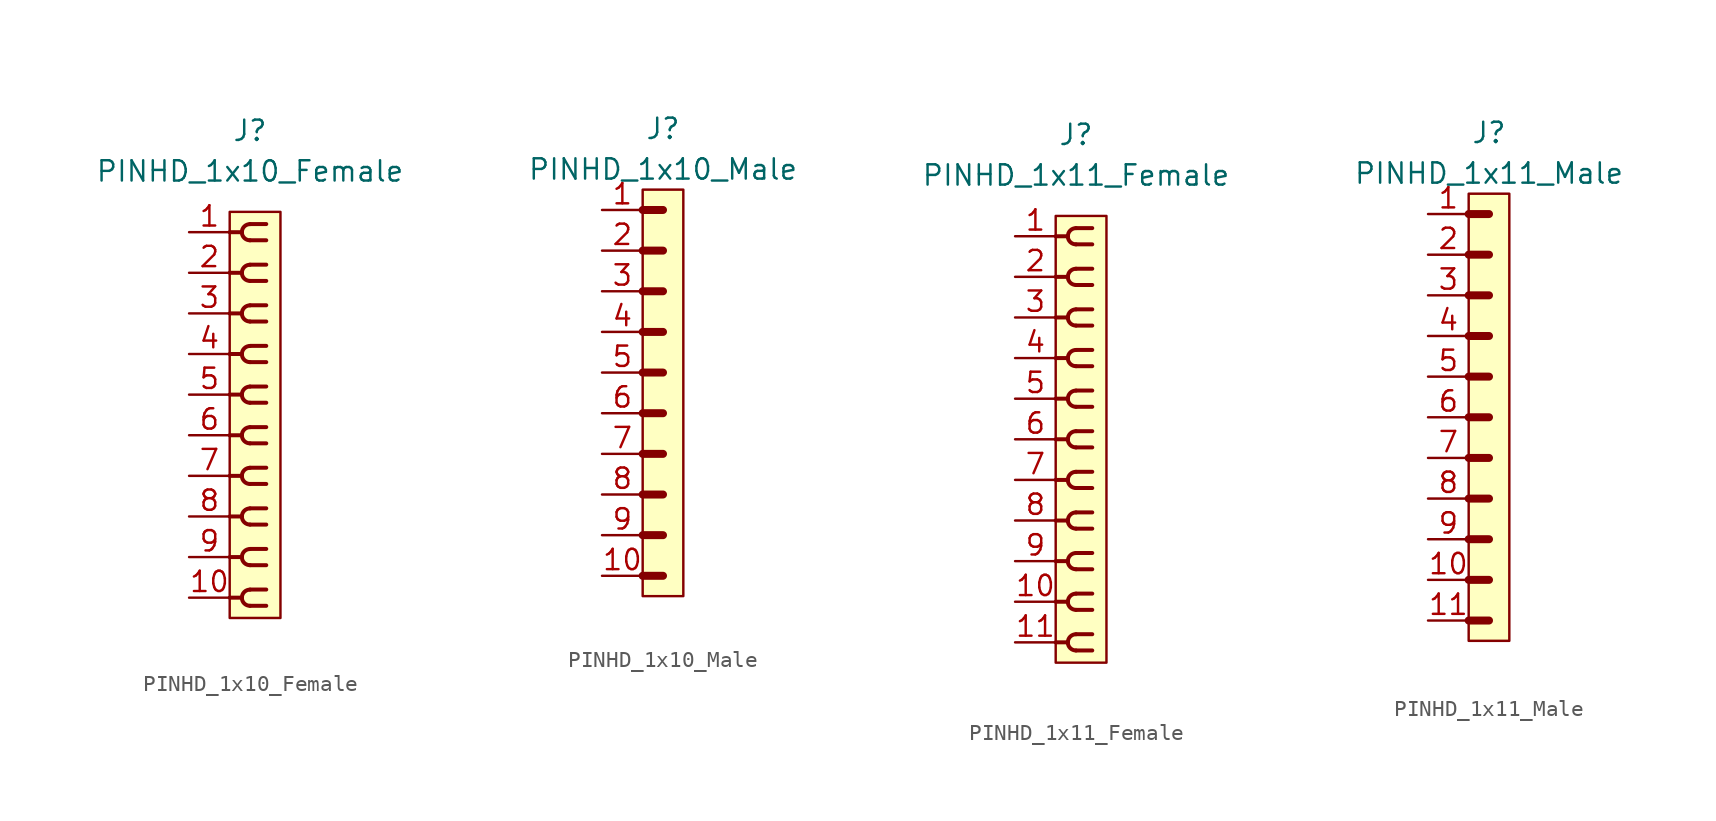
<source format=kicad_sym>
(kicad_symbol_lib
  (version 20220914)
  (generator kicad_symbol_editor)
  (symbol "PINHD_1x10_Female"
    (property "Reference" "J"
      (at 0 17.78 0)
      (effects (font (size 1.27 1.27))))
    (property "Value" "PINHD_1x10_Female"
      (at 0 15.24 0)
      (effects (font (size 1.27 1.27))))
    (symbol "PINHD_1x10_Female_0_1"
      (rectangle (start -1.27 12.7) (end 1.905 -12.7) (stroke (width 0) (type default)) (fill (type background)))
      (arc (start -0.508 -11.43) (mid -0.3592 -11.7892) (end 0 -11.938) (stroke (width 0.25) (type default)) (fill (type none)))
      (arc (start -0.508 -8.89) (mid -0.3592 -9.2492) (end 0 -9.398) (stroke (width 0.25) (type default)) (fill (type none)))
      (arc (start -0.508 -6.35) (mid -0.3592 -6.7092) (end 0 -6.858) (stroke (width 0.25) (type default)) (fill (type none)))
      (arc (start -0.508 -3.81) (mid -0.3592 -4.1692) (end 0 -4.318) (stroke (width 0.25) (type default)) (fill (type none)))
      (arc (start -0.508 -1.27) (mid -0.3592 -1.6292) (end 0 -1.778) (stroke (width 0.25) (type default)) (fill (type none)))
      (arc (start -0.508 1.27) (mid -0.3592 0.9108) (end 0 0.762) (stroke (width 0.25) (type default)) (fill (type none)))
      (arc (start -0.508 3.81) (mid -0.3592 3.4508) (end 0 3.302) (stroke (width 0.25) (type default)) (fill (type none)))
      (arc (start -0.508 6.35) (mid -0.3592 5.9908) (end 0 5.842) (stroke (width 0.25) (type default)) (fill (type none)))
      (arc (start -0.508 8.89) (mid -0.3592 8.5308) (end 0 8.382) (stroke (width 0.25) (type default)) (fill (type none)))
      (arc (start -0.508 11.43) (mid -0.3592 11.0708) (end 0 10.922) (stroke (width 0.25) (type default)) (fill (type none)))
      (arc (start 0 -10.922) (mid -0.3592 -11.0708) (end -0.508 -11.43) (stroke (width 0.25) (type default)) (fill (type none)))
      (arc (start 0 -8.382) (mid -0.3592 -8.5308) (end -0.508 -8.89) (stroke (width 0.25) (type default)) (fill (type none)))
      (arc (start 0 -5.842) (mid -0.3592 -5.9908) (end -0.508 -6.35) (stroke (width 0.25) (type default)) (fill (type none)))
      (arc (start 0 -3.302) (mid -0.3592 -3.4508) (end -0.508 -3.81) (stroke (width 0.25) (type default)) (fill (type none)))
      (arc (start 0 -0.762) (mid -0.3592 -0.9108) (end -0.508 -1.27) (stroke (width 0.25) (type default)) (fill (type none)))
      (polyline (pts (xy -1.27 -11.43) (xy -0.508 -11.43)) (stroke (width 0.25) (type default)) (fill (type none)))
      (polyline (pts (xy -1.27 -8.89) (xy -0.508 -8.89)) (stroke (width 0.25) (type default)) (fill (type none)))
      (polyline (pts (xy -1.27 -6.35) (xy -0.508 -6.35)) (stroke (width 0.25) (type default)) (fill (type none)))
      (polyline (pts (xy -1.27 -3.81) (xy -0.508 -3.81)) (stroke (width 0.25) (type default)) (fill (type none)))
      (polyline (pts (xy -1.27 -1.27) (xy -0.508 -1.27)) (stroke (width 0.25) (type default)) (fill (type none)))
      (polyline (pts (xy -1.27 1.27) (xy -0.508 1.27)) (stroke (width 0.25) (type default)) (fill (type none)))
      (polyline (pts (xy -1.27 3.81) (xy -0.508 3.81)) (stroke (width 0.25) (type default)) (fill (type none)))
      (polyline (pts (xy -1.27 6.35) (xy -0.508 6.35)) (stroke (width 0.25) (type default)) (fill (type none)))
      (polyline (pts (xy -1.27 8.89) (xy -0.508 8.89)) (stroke (width 0.25) (type default)) (fill (type none)))
      (polyline (pts (xy -1.27 11.43) (xy -0.508 11.43)) (stroke (width 0.25) (type default)) (fill (type none)))
      (polyline (pts (xy 0 -11.938) (xy 1.016 -11.938)) (stroke (width 0.25) (type default)) (fill (type none)))
      (polyline (pts (xy 0 -10.922) (xy 1.016 -10.922)) (stroke (width 0.25) (type default)) (fill (type none)))
      (polyline (pts (xy 0 -9.398) (xy 1.016 -9.398)) (stroke (width 0.25) (type default)) (fill (type none)))
      (polyline (pts (xy 0 -8.382) (xy 1.016 -8.382)) (stroke (width 0.25) (type default)) (fill (type none)))
      (polyline (pts (xy 0 -6.858) (xy 1.016 -6.858)) (stroke (width 0.25) (type default)) (fill (type none)))
      (polyline (pts (xy 0 -5.842) (xy 1.016 -5.842)) (stroke (width 0.25) (type default)) (fill (type none)))
      (polyline (pts (xy 0 -4.318) (xy 1.016 -4.318)) (stroke (width 0.25) (type default)) (fill (type none)))
      (polyline (pts (xy 0 -3.302) (xy 1.016 -3.302)) (stroke (width 0.25) (type default)) (fill (type none)))
      (polyline (pts (xy 0 -1.778) (xy 1.016 -1.778)) (stroke (width 0.25) (type default)) (fill (type none)))
      (polyline (pts (xy 0 -0.762) (xy 1.016 -0.762)) (stroke (width 0.25) (type default)) (fill (type none)))
      (polyline (pts (xy 0 0.762) (xy 1.016 0.762)) (stroke (width 0.25) (type default)) (fill (type none)))
      (polyline (pts (xy 0 1.778) (xy 1.016 1.778)) (stroke (width 0.25) (type default)) (fill (type none)))
      (polyline (pts (xy 0 3.302) (xy 1.016 3.302)) (stroke (width 0.25) (type default)) (fill (type none)))
      (polyline (pts (xy 0 4.318) (xy 1.016 4.318)) (stroke (width 0.25) (type default)) (fill (type none)))
      (polyline (pts (xy 0 5.842) (xy 1.016 5.842)) (stroke (width 0.25) (type default)) (fill (type none)))
      (polyline (pts (xy 0 6.858) (xy 1.016 6.858)) (stroke (width 0.25) (type default)) (fill (type none)))
      (polyline (pts (xy 0 8.382) (xy 1.016 8.382)) (stroke (width 0.25) (type default)) (fill (type none)))
      (polyline (pts (xy 0 9.398) (xy 1.016 9.398)) (stroke (width 0.25) (type default)) (fill (type none)))
      (polyline (pts (xy 0 10.922) (xy 1.016 10.922)) (stroke (width 0.25) (type default)) (fill (type none)))
      (polyline (pts (xy 0 11.938) (xy 1.016 11.938)) (stroke (width 0.25) (type default)) (fill (type none)))
      (arc (start 0 1.778) (mid -0.3592 1.6292) (end -0.508 1.27) (stroke (width 0.25) (type default)) (fill (type none)))
      (arc (start 0 4.318) (mid -0.3592 4.1692) (end -0.508 3.81) (stroke (width 0.25) (type default)) (fill (type none)))
      (arc (start 0 6.858) (mid -0.3592 6.7092) (end -0.508 6.35) (stroke (width 0.25) (type default)) (fill (type none)))
      (arc (start 0 9.398) (mid -0.3592 9.2492) (end -0.508 8.89) (stroke (width 0.25) (type default)) (fill (type none)))
      (arc (start 0 11.938) (mid -0.3592 11.7892) (end -0.508 11.43) (stroke (width 0.25) (type default)) (fill (type none))))
    (symbol "PINHD_1x10_Female_1_1"
      (pin passive line (at -3.81 11.43 0) (length 2.54) (name "" (effects (font (size 1.27 1.27)))) (number "1" (effects (font (size 1.27 1.27)))))
      (pin passive line (at -3.81 -11.43 0) (length 2.54) (name "" (effects (font (size 1.27 1.27)))) (number "10" (effects (font (size 1.27 1.27)))))
      (pin passive line (at -3.81 8.89 0) (length 2.54) (name "" (effects (font (size 1.27 1.27)))) (number "2" (effects (font (size 1.27 1.27)))))
      (pin passive line (at -3.81 6.35 0) (length 2.54) (name "" (effects (font (size 1.27 1.27)))) (number "3" (effects (font (size 1.27 1.27)))))
      (pin passive line (at -3.81 3.81 0) (length 2.54) (name "" (effects (font (size 1.27 1.27)))) (number "4" (effects (font (size 1.27 1.27)))))
      (pin passive line (at -3.81 1.27 0) (length 2.54) (name "" (effects (font (size 1.27 1.27)))) (number "5" (effects (font (size 1.27 1.27)))))
      (pin passive line (at -3.81 -1.27 0) (length 2.54) (name "" (effects (font (size 1.27 1.27)))) (number "6" (effects (font (size 1.27 1.27)))))
      (pin passive line (at -3.81 -3.81 0) (length 2.54) (name "" (effects (font (size 1.27 1.27)))) (number "7" (effects (font (size 1.27 1.27)))))
      (pin passive line (at -3.81 -6.35 0) (length 2.54) (name "" (effects (font (size 1.27 1.27)))) (number "8" (effects (font (size 1.27 1.27)))))
      (pin passive line (at -3.81 -8.89 0) (length 2.54) (name "" (effects (font (size 1.27 1.27)))) (number "9" (effects (font (size 1.27 1.27)))))))
  (symbol "PINHD_1x10_Male"
    (property "Reference" "J"
      (at 0 16.51 0)
      (effects (font (size 1.27 1.27))))
    (property "Value" "PINHD_1x10_Male"
      (at 0 13.97 0)
      (effects (font (size 1.27 1.27))))
    (symbol "PINHD_1x10_Male_0_1"
      (rectangle (start -1.27 12.7) (end 1.27 -12.7) (stroke (width 0) (type default)) (fill (type background)))
      (polyline (pts (xy -1.27 -11.43) (xy 0 -11.43)) (stroke (width 0.3) (type default)) (fill (type none)))
      (polyline (pts (xy -1.27 -11.43) (xy 0 -11.43)) (stroke (width 0.5) (type default)) (fill (type none)))
      (polyline (pts (xy -1.27 -8.89) (xy 0 -8.89)) (stroke (width 0.3) (type default)) (fill (type none)))
      (polyline (pts (xy -1.27 -8.89) (xy 0 -8.89)) (stroke (width 0.5) (type default)) (fill (type none)))
      (polyline (pts (xy -1.27 -6.35) (xy 0 -6.35)) (stroke (width 0.3) (type default)) (fill (type none)))
      (polyline (pts (xy -1.27 -6.35) (xy 0 -6.35)) (stroke (width 0.5) (type default)) (fill (type none)))
      (polyline (pts (xy -1.27 -3.81) (xy 0 -3.81)) (stroke (width 0.3) (type default)) (fill (type none)))
      (polyline (pts (xy -1.27 -3.81) (xy 0 -3.81)) (stroke (width 0.5) (type default)) (fill (type none)))
      (polyline (pts (xy -1.27 -1.27) (xy 0 -1.27)) (stroke (width 0.3) (type default)) (fill (type none)))
      (polyline (pts (xy -1.27 -1.27) (xy 0 -1.27)) (stroke (width 0.5) (type default)) (fill (type none)))
      (polyline (pts (xy -1.27 1.27) (xy 0 1.27)) (stroke (width 0.3) (type default)) (fill (type none)))
      (polyline (pts (xy -1.27 1.27) (xy 0 1.27)) (stroke (width 0.5) (type default)) (fill (type none)))
      (polyline (pts (xy -1.27 3.81) (xy 0 3.81)) (stroke (width 0.3) (type default)) (fill (type none)))
      (polyline (pts (xy -1.27 3.81) (xy 0 3.81)) (stroke (width 0.5) (type default)) (fill (type none)))
      (polyline (pts (xy -1.27 6.35) (xy 0 6.35)) (stroke (width 0.3) (type default)) (fill (type none)))
      (polyline (pts (xy -1.27 6.35) (xy 0 6.35)) (stroke (width 0.5) (type default)) (fill (type none)))
      (polyline (pts (xy -1.27 8.89) (xy 0 8.89)) (stroke (width 0.3) (type default)) (fill (type none)))
      (polyline (pts (xy -1.27 8.89) (xy 0 8.89)) (stroke (width 0.5) (type default)) (fill (type none)))
      (polyline (pts (xy -1.27 11.43) (xy 0 11.43)) (stroke (width 0.5) (type default)) (fill (type none))))
    (symbol "PINHD_1x10_Male_1_1"
      (pin passive line (at -3.81 11.43 0) (length 2.54) (name "" (effects (font (size 1.27 1.27)))) (number "1" (effects (font (size 1.27 1.27)))))
      (pin passive line (at -3.81 -11.43 0) (length 2.54) (name "" (effects (font (size 1.27 1.27)))) (number "10" (effects (font (size 1.27 1.27)))))
      (pin passive line (at -3.81 8.89 0) (length 2.54) (name "" (effects (font (size 1.27 1.27)))) (number "2" (effects (font (size 1.27 1.27)))))
      (pin passive line (at -3.81 6.35 0) (length 2.54) (name "" (effects (font (size 1.27 1.27)))) (number "3" (effects (font (size 1.27 1.27)))))
      (pin passive line (at -3.81 3.81 0) (length 2.54) (name "" (effects (font (size 1.27 1.27)))) (number "4" (effects (font (size 1.27 1.27)))))
      (pin passive line (at -3.81 1.27 0) (length 2.54) (name "" (effects (font (size 1.27 1.27)))) (number "5" (effects (font (size 1.27 1.27)))))
      (pin passive line (at -3.81 -1.27 0) (length 2.54) (name "" (effects (font (size 1.27 1.27)))) (number "6" (effects (font (size 1.27 1.27)))))
      (pin passive line (at -3.81 -3.81 0) (length 2.54) (name "" (effects (font (size 1.27 1.27)))) (number "7" (effects (font (size 1.27 1.27)))))
      (pin passive line (at -3.81 -6.35 0) (length 2.54) (name "" (effects (font (size 1.27 1.27)))) (number "8" (effects (font (size 1.27 1.27)))))
      (pin passive line (at -3.81 -8.89 0) (length 2.54) (name "" (effects (font (size 1.27 1.27)))) (number "9" (effects (font (size 1.27 1.27)))))))
  (symbol "PINHD_1x11_Female"
    (property "Reference" "J"
      (at 0 19.05 0)
      (effects (font (size 1.27 1.27))))
    (property "Value" "PINHD_1x11_Female"
      (at 0 16.51 0)
      (effects (font (size 1.27 1.27))))
    (symbol "PINHD_1x11_Female_0_1"
      (rectangle (start -1.27 13.97) (end 1.905 -13.97) (stroke (width 0) (type default)) (fill (type background)))
      (arc (start -0.508 -12.7) (mid -0.3592 -13.0592) (end 0 -13.208) (stroke (width 0.25) (type default)) (fill (type none)))
      (arc (start -0.508 -10.16) (mid -0.3592 -10.5192) (end 0 -10.668) (stroke (width 0.25) (type default)) (fill (type none)))
      (arc (start -0.508 -7.62) (mid -0.3592 -7.9792) (end 0 -8.128) (stroke (width 0.25) (type default)) (fill (type none)))
      (arc (start -0.508 -5.08) (mid -0.3592 -5.4392) (end 0 -5.588) (stroke (width 0.25) (type default)) (fill (type none)))
      (arc (start -0.508 -2.54) (mid -0.3592 -2.8992) (end 0 -3.048) (stroke (width 0.25) (type default)) (fill (type none)))
      (arc (start -0.508 0) (mid -0.3592 -0.3592) (end 0 -0.508) (stroke (width 0.25) (type default)) (fill (type none)))
      (arc (start -0.508 2.54) (mid -0.3592 2.1808) (end 0 2.032) (stroke (width 0.25) (type default)) (fill (type none)))
      (arc (start -0.508 5.08) (mid -0.3592 4.7208) (end 0 4.572) (stroke (width 0.25) (type default)) (fill (type none)))
      (arc (start -0.508 7.62) (mid -0.3592 7.2608) (end 0 7.112) (stroke (width 0.25) (type default)) (fill (type none)))
      (arc (start -0.508 10.16) (mid -0.3592 9.8008) (end 0 9.652) (stroke (width 0.25) (type default)) (fill (type none)))
      (arc (start -0.508 12.7) (mid -0.3592 12.3408) (end 0 12.192) (stroke (width 0.25) (type default)) (fill (type none)))
      (arc (start 0 -12.192) (mid -0.3592 -12.3408) (end -0.508 -12.7) (stroke (width 0.25) (type default)) (fill (type none)))
      (arc (start 0 -9.652) (mid -0.3592 -9.8008) (end -0.508 -10.16) (stroke (width 0.25) (type default)) (fill (type none)))
      (arc (start 0 -7.112) (mid -0.3592 -7.2608) (end -0.508 -7.62) (stroke (width 0.25) (type default)) (fill (type none)))
      (arc (start 0 -4.572) (mid -0.3592 -4.7208) (end -0.508 -5.08) (stroke (width 0.25) (type default)) (fill (type none)))
      (arc (start 0 -2.032) (mid -0.3592 -2.1808) (end -0.508 -2.54) (stroke (width 0.25) (type default)) (fill (type none)))
      (polyline (pts (xy -1.27 -12.7) (xy -0.508 -12.7)) (stroke (width 0.25) (type default)) (fill (type none)))
      (polyline (pts (xy -1.27 -10.16) (xy -0.508 -10.16)) (stroke (width 0.25) (type default)) (fill (type none)))
      (polyline (pts (xy -1.27 -7.62) (xy -0.508 -7.62)) (stroke (width 0.25) (type default)) (fill (type none)))
      (polyline (pts (xy -1.27 -5.08) (xy -0.508 -5.08)) (stroke (width 0.25) (type default)) (fill (type none)))
      (polyline (pts (xy -1.27 -2.54) (xy -0.508 -2.54)) (stroke (width 0.25) (type default)) (fill (type none)))
      (polyline (pts (xy -1.27 0) (xy -0.508 0)) (stroke (width 0.25) (type default)) (fill (type none)))
      (polyline (pts (xy -1.27 2.54) (xy -0.508 2.54)) (stroke (width 0.25) (type default)) (fill (type none)))
      (polyline (pts (xy -1.27 5.08) (xy -0.508 5.08)) (stroke (width 0.25) (type default)) (fill (type none)))
      (polyline (pts (xy -1.27 7.62) (xy -0.508 7.62)) (stroke (width 0.25) (type default)) (fill (type none)))
      (polyline (pts (xy -1.27 10.16) (xy -0.508 10.16)) (stroke (width 0.25) (type default)) (fill (type none)))
      (polyline (pts (xy -1.27 12.7) (xy -0.508 12.7)) (stroke (width 0.25) (type default)) (fill (type none)))
      (polyline (pts (xy 0 -13.208) (xy 1.016 -13.208)) (stroke (width 0.25) (type default)) (fill (type none)))
      (polyline (pts (xy 0 -12.192) (xy 1.016 -12.192)) (stroke (width 0.25) (type default)) (fill (type none)))
      (polyline (pts (xy 0 -10.668) (xy 1.016 -10.668)) (stroke (width 0.25) (type default)) (fill (type none)))
      (polyline (pts (xy 0 -9.652) (xy 1.016 -9.652)) (stroke (width 0.25) (type default)) (fill (type none)))
      (polyline (pts (xy 0 -8.128) (xy 1.016 -8.128)) (stroke (width 0.25) (type default)) (fill (type none)))
      (polyline (pts (xy 0 -7.112) (xy 1.016 -7.112)) (stroke (width 0.25) (type default)) (fill (type none)))
      (polyline (pts (xy 0 -5.588) (xy 1.016 -5.588)) (stroke (width 0.25) (type default)) (fill (type none)))
      (polyline (pts (xy 0 -4.572) (xy 1.016 -4.572)) (stroke (width 0.25) (type default)) (fill (type none)))
      (polyline (pts (xy 0 -3.048) (xy 1.016 -3.048)) (stroke (width 0.25) (type default)) (fill (type none)))
      (polyline (pts (xy 0 -2.032) (xy 1.016 -2.032)) (stroke (width 0.25) (type default)) (fill (type none)))
      (polyline (pts (xy 0 -0.508) (xy 1.016 -0.508)) (stroke (width 0.25) (type default)) (fill (type none)))
      (polyline (pts (xy 0 0.508) (xy 1.016 0.508)) (stroke (width 0.25) (type default)) (fill (type none)))
      (polyline (pts (xy 0 2.032) (xy 1.016 2.032)) (stroke (width 0.25) (type default)) (fill (type none)))
      (polyline (pts (xy 0 3.048) (xy 1.016 3.048)) (stroke (width 0.25) (type default)) (fill (type none)))
      (polyline (pts (xy 0 4.572) (xy 1.016 4.572)) (stroke (width 0.25) (type default)) (fill (type none)))
      (polyline (pts (xy 0 5.588) (xy 1.016 5.588)) (stroke (width 0.25) (type default)) (fill (type none)))
      (polyline (pts (xy 0 7.112) (xy 1.016 7.112)) (stroke (width 0.25) (type default)) (fill (type none)))
      (polyline (pts (xy 0 8.128) (xy 1.016 8.128)) (stroke (width 0.25) (type default)) (fill (type none)))
      (polyline (pts (xy 0 9.652) (xy 1.016 9.652)) (stroke (width 0.25) (type default)) (fill (type none)))
      (polyline (pts (xy 0 10.668) (xy 1.016 10.668)) (stroke (width 0.25) (type default)) (fill (type none)))
      (polyline (pts (xy 0 12.192) (xy 1.016 12.192)) (stroke (width 0.25) (type default)) (fill (type none)))
      (polyline (pts (xy 0 13.208) (xy 1.016 13.208)) (stroke (width 0.25) (type default)) (fill (type none)))
      (arc (start 0 0.508) (mid -0.3592 0.3592) (end -0.508 0) (stroke (width 0.25) (type default)) (fill (type none)))
      (arc (start 0 3.048) (mid -0.3592 2.8992) (end -0.508 2.54) (stroke (width 0.25) (type default)) (fill (type none)))
      (arc (start 0 5.588) (mid -0.3592 5.4392) (end -0.508 5.08) (stroke (width 0.25) (type default)) (fill (type none)))
      (arc (start 0 8.128) (mid -0.3592 7.9792) (end -0.508 7.62) (stroke (width 0.25) (type default)) (fill (type none)))
      (arc (start 0 10.668) (mid -0.3592 10.5192) (end -0.508 10.16) (stroke (width 0.25) (type default)) (fill (type none)))
      (arc (start 0 13.208) (mid -0.3592 13.0592) (end -0.508 12.7) (stroke (width 0.25) (type default)) (fill (type none))))
    (symbol "PINHD_1x11_Female_1_1"
      (pin passive line (at -3.81 12.7 0) (length 2.54) (name "" (effects (font (size 1.27 1.27)))) (number "1" (effects (font (size 1.27 1.27)))))
      (pin passive line (at -3.81 -10.16 0) (length 2.54) (name "" (effects (font (size 1.27 1.27)))) (number "10" (effects (font (size 1.27 1.27)))))
      (pin passive line (at -3.81 -12.7 0) (length 2.54) (name "" (effects (font (size 1.27 1.27)))) (number "11" (effects (font (size 1.27 1.27)))))
      (pin passive line (at -3.81 10.16 0) (length 2.54) (name "" (effects (font (size 1.27 1.27)))) (number "2" (effects (font (size 1.27 1.27)))))
      (pin passive line (at -3.81 7.62 0) (length 2.54) (name "" (effects (font (size 1.27 1.27)))) (number "3" (effects (font (size 1.27 1.27)))))
      (pin passive line (at -3.81 5.08 0) (length 2.54) (name "" (effects (font (size 1.27 1.27)))) (number "4" (effects (font (size 1.27 1.27)))))
      (pin passive line (at -3.81 2.54 0) (length 2.54) (name "" (effects (font (size 1.27 1.27)))) (number "5" (effects (font (size 1.27 1.27)))))
      (pin passive line (at -3.81 0 0) (length 2.54) (name "" (effects (font (size 1.27 1.27)))) (number "6" (effects (font (size 1.27 1.27)))))
      (pin passive line (at -3.81 -2.54 0) (length 2.54) (name "" (effects (font (size 1.27 1.27)))) (number "7" (effects (font (size 1.27 1.27)))))
      (pin passive line (at -3.81 -5.08 0) (length 2.54) (name "" (effects (font (size 1.27 1.27)))) (number "8" (effects (font (size 1.27 1.27)))))
      (pin passive line (at -3.81 -7.62 0) (length 2.54) (name "" (effects (font (size 1.27 1.27)))) (number "9" (effects (font (size 1.27 1.27)))))))
  (symbol "PINHD_1x11_Male"
    (property "Reference" "J"
      (at 0 17.78 0)
      (effects (font (size 1.27 1.27))))
    (property "Value" "PINHD_1x11_Male"
      (at 0 15.24 0)
      (effects (font (size 1.27 1.27))))
    (symbol "PINHD_1x11_Male_0_1"
      (rectangle (start -1.27 13.97) (end 1.27 -13.97) (stroke (width 0) (type default)) (fill (type background)))
      (polyline (pts (xy -1.27 -12.7) (xy 0 -12.7)) (stroke (width 0.5) (type default)) (fill (type none)))
      (polyline (pts (xy -1.27 -10.16) (xy 0 -10.16)) (stroke (width 0.3) (type default)) (fill (type none)))
      (polyline (pts (xy -1.27 -10.16) (xy 0 -10.16)) (stroke (width 0.5) (type default)) (fill (type none)))
      (polyline (pts (xy -1.27 -7.62) (xy 0 -7.62)) (stroke (width 0.3) (type default)) (fill (type none)))
      (polyline (pts (xy -1.27 -7.62) (xy 0 -7.62)) (stroke (width 0.5) (type default)) (fill (type none)))
      (polyline (pts (xy -1.27 -5.08) (xy 0 -5.08)) (stroke (width 0.3) (type default)) (fill (type none)))
      (polyline (pts (xy -1.27 -5.08) (xy 0 -5.08)) (stroke (width 0.5) (type default)) (fill (type none)))
      (polyline (pts (xy -1.27 -2.54) (xy 0 -2.54)) (stroke (width 0.3) (type default)) (fill (type none)))
      (polyline (pts (xy -1.27 -2.54) (xy 0 -2.54)) (stroke (width 0.5) (type default)) (fill (type none)))
      (polyline (pts (xy -1.27 0) (xy 0 0)) (stroke (width 0.3) (type default)) (fill (type none)))
      (polyline (pts (xy -1.27 0) (xy 0 0)) (stroke (width 0.5) (type default)) (fill (type none)))
      (polyline (pts (xy -1.27 2.54) (xy 0 2.54)) (stroke (width 0.3) (type default)) (fill (type none)))
      (polyline (pts (xy -1.27 2.54) (xy 0 2.54)) (stroke (width 0.5) (type default)) (fill (type none)))
      (polyline (pts (xy -1.27 5.08) (xy 0 5.08)) (stroke (width 0.3) (type default)) (fill (type none)))
      (polyline (pts (xy -1.27 5.08) (xy 0 5.08)) (stroke (width 0.5) (type default)) (fill (type none)))
      (polyline (pts (xy -1.27 7.62) (xy 0 7.62)) (stroke (width 0.3) (type default)) (fill (type none)))
      (polyline (pts (xy -1.27 7.62) (xy 0 7.62)) (stroke (width 0.5) (type default)) (fill (type none)))
      (polyline (pts (xy -1.27 10.16) (xy 0 10.16)) (stroke (width 0.3) (type default)) (fill (type none)))
      (polyline (pts (xy -1.27 10.16) (xy 0 10.16)) (stroke (width 0.5) (type default)) (fill (type none)))
      (polyline (pts (xy -1.27 12.7) (xy 0 12.7)) (stroke (width 0.5) (type default)) (fill (type none))))
    (symbol "PINHD_1x11_Male_1_1"
      (pin passive line (at -3.81 12.7 0) (length 2.54) (name "" (effects (font (size 1.27 1.27)))) (number "1" (effects (font (size 1.27 1.27)))))
      (pin passive line (at -3.81 -10.16 0) (length 2.54) (name "" (effects (font (size 1.27 1.27)))) (number "10" (effects (font (size 1.27 1.27)))))
      (pin passive line (at -3.81 -12.7 0) (length 2.54) (name "" (effects (font (size 1.27 1.27)))) (number "11" (effects (font (size 1.27 1.27)))))
      (pin passive line (at -3.81 10.16 0) (length 2.54) (name "" (effects (font (size 1.27 1.27)))) (number "2" (effects (font (size 1.27 1.27)))))
      (pin passive line (at -3.81 7.62 0) (length 2.54) (name "" (effects (font (size 1.27 1.27)))) (number "3" (effects (font (size 1.27 1.27)))))
      (pin passive line (at -3.81 5.08 0) (length 2.54) (name "" (effects (font (size 1.27 1.27)))) (number "4" (effects (font (size 1.27 1.27)))))
      (pin passive line (at -3.81 2.54 0) (length 2.54) (name "" (effects (font (size 1.27 1.27)))) (number "5" (effects (font (size 1.27 1.27)))))
      (pin passive line (at -3.81 0 0) (length 2.54) (name "" (effects (font (size 1.27 1.27)))) (number "6" (effects (font (size 1.27 1.27)))))
      (pin passive line (at -3.81 -2.54 0) (length 2.54) (name "" (effects (font (size 1.27 1.27)))) (number "7" (effects (font (size 1.27 1.27)))))
      (pin passive line (at -3.81 -5.08 0) (length 2.54) (name "" (effects (font (size 1.27 1.27)))) (number "8" (effects (font (size 1.27 1.27)))))
      (pin passive line (at -3.81 -7.62 0) (length 2.54) (name "" (effects (font (size 1.27 1.27)))) (number "9" (effects (font (size 1.27 1.27))))))))
</source>
